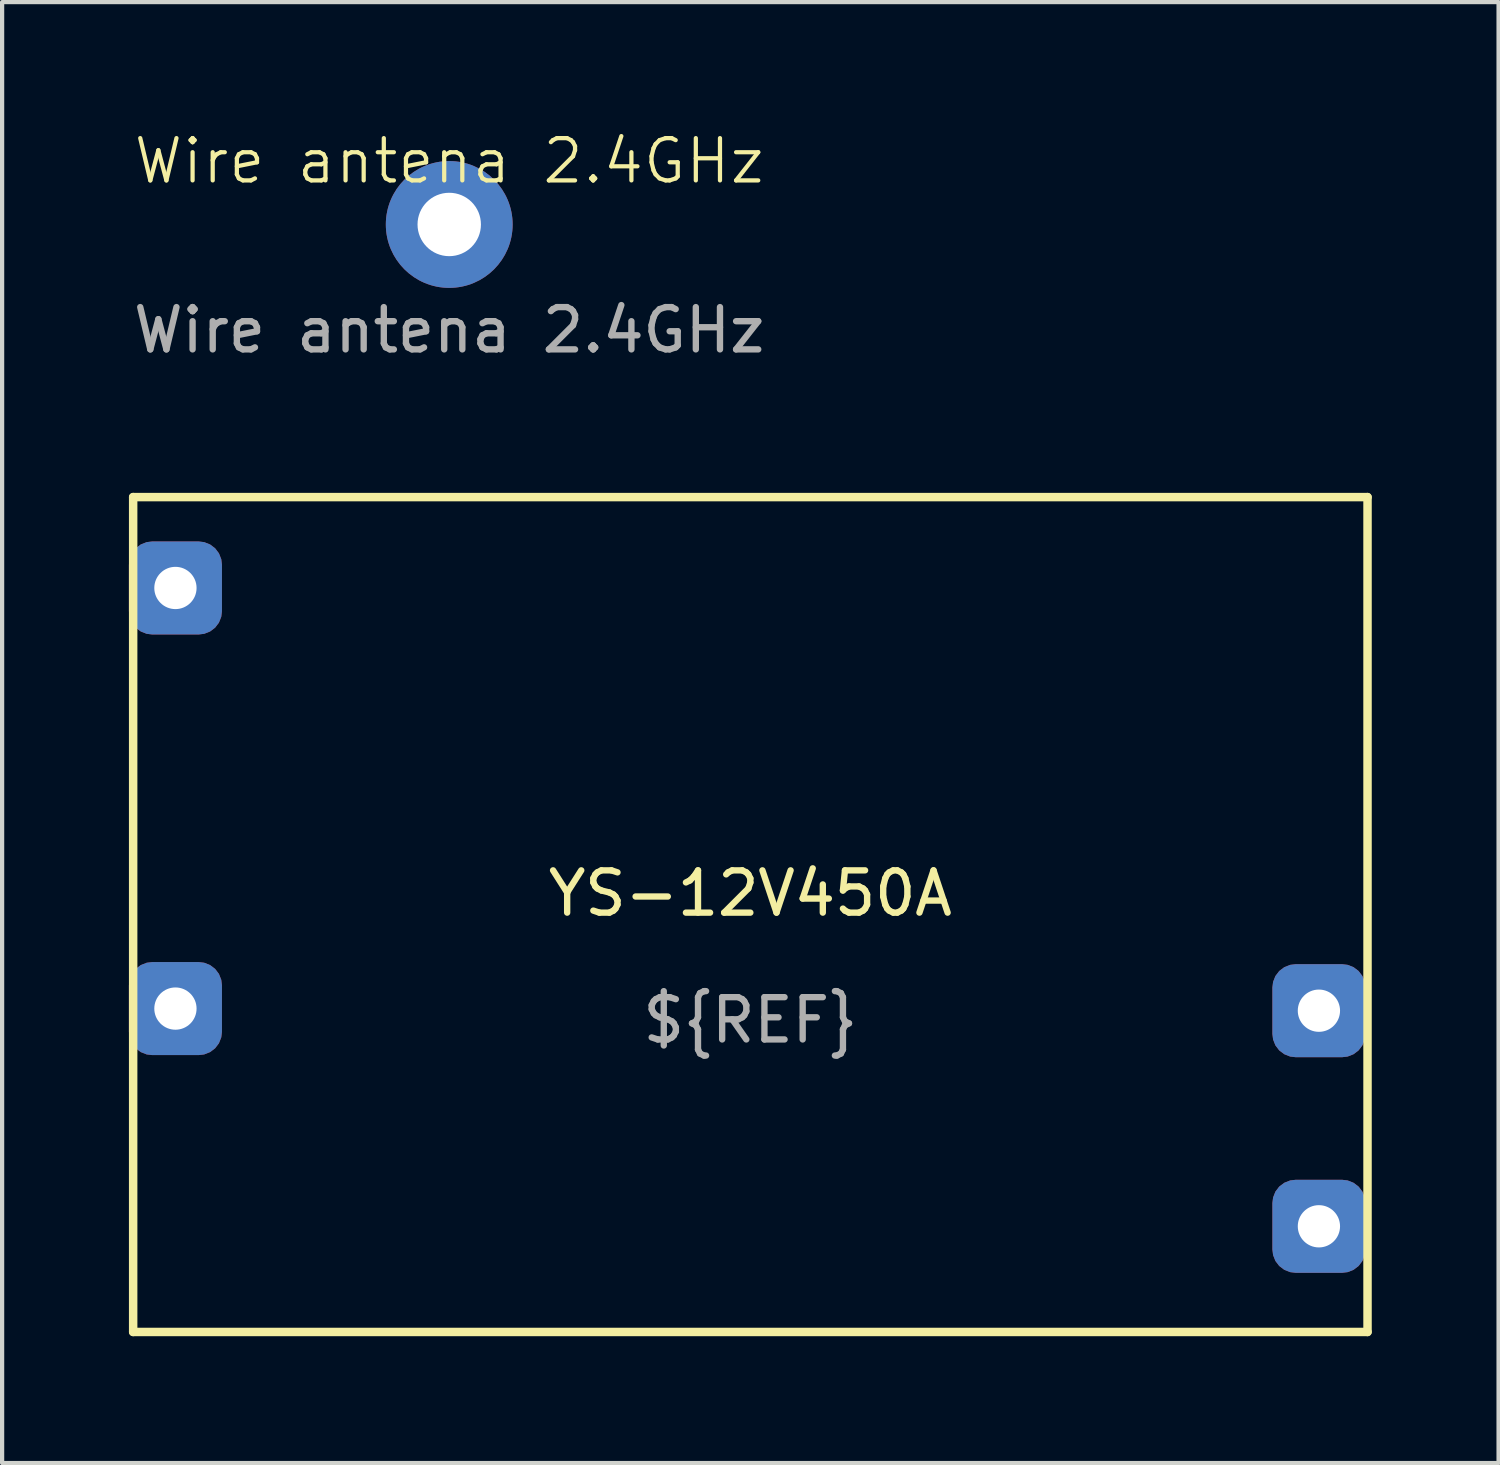
<source format=kicad_pcb>
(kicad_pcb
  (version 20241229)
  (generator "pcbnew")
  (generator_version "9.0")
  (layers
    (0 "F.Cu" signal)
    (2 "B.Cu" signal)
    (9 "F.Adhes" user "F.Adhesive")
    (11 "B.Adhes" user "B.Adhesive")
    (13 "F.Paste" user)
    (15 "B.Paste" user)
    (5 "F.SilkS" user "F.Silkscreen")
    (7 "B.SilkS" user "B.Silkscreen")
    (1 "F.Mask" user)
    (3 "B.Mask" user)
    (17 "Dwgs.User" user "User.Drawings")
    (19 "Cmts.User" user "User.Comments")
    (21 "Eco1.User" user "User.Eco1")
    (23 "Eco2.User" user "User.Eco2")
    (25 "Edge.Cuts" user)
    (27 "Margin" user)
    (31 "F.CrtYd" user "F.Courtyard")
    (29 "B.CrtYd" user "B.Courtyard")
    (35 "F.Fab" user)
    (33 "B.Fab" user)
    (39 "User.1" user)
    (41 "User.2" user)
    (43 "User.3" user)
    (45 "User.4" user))
  (footprint "YS-12V450A"
    (layer "F.Cu")
    (at 14.7 18.584)
    (property "Reference" "YS-12V450A" (at 0 -0.5 0) (unlocked yes) (layer "F.SilkS") (effects (font (size 1 1) (thickness 0.15))))
    (attr through_hole)
    (fp_line (start -14.6 -9.875) (end 14.6 -9.875) (stroke (width 0.2) (type solid)) (layer "F.SilkS"))
    (fp_line (start -14.6 9.875) (end -14.6 -9.875) (stroke (width 0.2) (type solid)) (layer "F.SilkS"))
    (fp_line (start 14.6 -9.875) (end 14.6 9.875) (stroke (width 0.2) (type solid)) (layer "F.SilkS"))
    (fp_line (start 14.6 9.875) (end -14.6 9.875) (stroke (width 0.2) (type solid)) (layer "F.SilkS"))
    (fp_text user "${REF}" (at 0 2.5 0) (unlocked yes) (layer "F.Fab") (effects (font (size 1 1) (thickness 0.15))))
    (pad "1" thru_hole roundrect (at 13.45 2.275) (size 2.2 2.2) (drill 1) (layers "*.Cu" "*.Mask") (roundrect_rratio 0.25))
    (pad "2" thru_hole roundrect (at 13.45 7.375) (size 2.2 2.2) (drill 1) (layers "*.Cu" "*.Mask") (roundrect_rratio 0.25))
    (pad "3" thru_hole roundrect (at -13.6 2.225) (size 2.2 2.2) (drill 1) (layers "*.Cu" "*.Mask") (roundrect_rratio 0.25))
    (pad "4" thru_hole roundrect (at -13.6 -7.725) (size 2.2 2.2) (drill 1) (layers "*.Cu" "*.Mask") (roundrect_rratio 0.25)))
  (footprint "Wire antena 2.4GHz"
    (layer "F.Cu")
    (at 7.577 2.26)
    (property "Reference" "Wire antena 2.4GHz" (at 0 -1.5 0) (unlocked yes) (layer "F.SilkS") (effects (font (size 1 1) (thickness 0.1))))
    (attr through_hole)
    (fp_text user "${REFERENCE}" (at 0 2.5 0) (unlocked yes) (layer "F.Fab") (effects (font (size 1 1) (thickness 0.15))))
    (pad "1" thru_hole circle (at 0 0) (size 3 3) (drill 1.5) (layers "*.Cu" "*.Mask")))
  (gr_rect
    (start -3 -3)
    (end 32.4 31.559)
    (stroke (width 0.1) (type default))
    (fill no)
    (layer "Edge.Cuts")))
</source>
